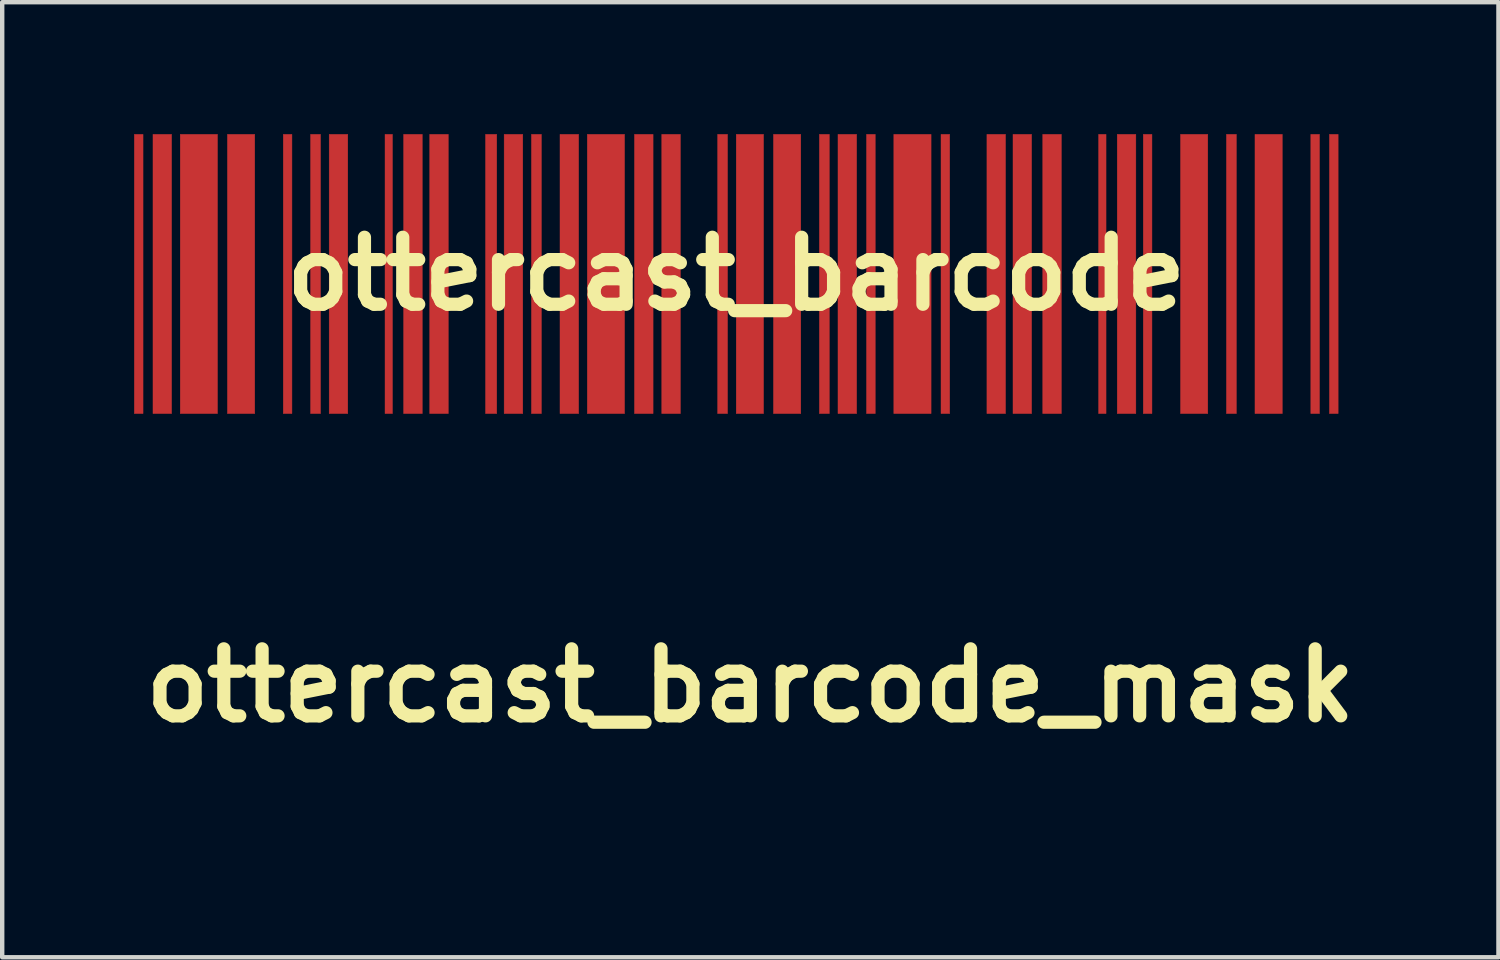
<source format=kicad_pcb>
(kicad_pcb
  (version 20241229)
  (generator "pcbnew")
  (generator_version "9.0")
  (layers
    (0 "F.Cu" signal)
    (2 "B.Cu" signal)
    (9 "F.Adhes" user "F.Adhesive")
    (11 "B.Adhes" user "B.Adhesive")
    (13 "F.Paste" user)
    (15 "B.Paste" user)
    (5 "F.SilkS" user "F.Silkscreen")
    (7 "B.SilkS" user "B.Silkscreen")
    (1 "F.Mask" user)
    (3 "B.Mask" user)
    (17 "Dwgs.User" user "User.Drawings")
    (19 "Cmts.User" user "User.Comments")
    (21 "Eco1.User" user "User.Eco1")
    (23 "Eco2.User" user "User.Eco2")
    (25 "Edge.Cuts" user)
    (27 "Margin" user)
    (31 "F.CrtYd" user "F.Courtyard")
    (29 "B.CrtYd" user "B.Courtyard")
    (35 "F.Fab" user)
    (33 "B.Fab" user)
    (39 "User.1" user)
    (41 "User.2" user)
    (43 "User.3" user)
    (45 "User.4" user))
  (footprint "ottercast_barcode_mask"
    (layer "F.Cu")
    (at 14.014 12.54)
    (property "Reference" "ottercast_barcode_mask" (at 0 0 0) (layer "F.SilkS") (effects (font (size 1.524 1.524) (thickness 0.3))))
    (attr through_hole)
    (fp_poly (pts (xy -13.49 3.175) (xy -13.688 3.175) (xy -13.688 -3.175) (xy -13.49 -3.175) (xy -13.49 3.175)) (stroke (width 0.01) (type solid)) (fill yes) (layer "F.Mask"))
    (fp_poly (pts (xy -12.841 3.175) (xy -13.264 3.175) (xy -13.264 -3.175) (xy -12.841 -3.175) (xy -12.841 3.175)) (stroke (width 0.01) (type solid)) (fill yes) (layer "F.Mask"))
    (fp_poly (pts (xy -11.797 3.175) (xy -12.644 3.175) (xy -12.644 -3.175) (xy -11.797 -3.175) (xy -11.797 3.175)) (stroke (width 0.01) (type solid)) (fill yes) (layer "F.Mask"))
    (fp_poly (pts (xy -10.95 3.175) (xy -11.571 3.175) (xy -11.571 -3.175) (xy -10.95 -3.175) (xy -10.95 3.175)) (stroke (width 0.01) (type solid)) (fill yes) (layer "F.Mask"))
    (fp_poly (pts (xy -10.104 3.175) (xy -10.301 3.175) (xy -10.301 -3.175) (xy -10.104 -3.175) (xy -10.104 3.175)) (stroke (width 0.01) (type solid)) (fill yes) (layer "F.Mask"))
    (fp_poly (pts (xy -9.454 3.175) (xy -9.68 3.175) (xy -9.68 -3.175) (xy -9.454 -3.175) (xy -9.454 3.175)) (stroke (width 0.01) (type solid)) (fill yes) (layer "F.Mask"))
    (fp_poly (pts (xy -8.834 3.175) (xy -9.257 3.175) (xy -9.257 -3.175) (xy -8.834 -3.175) (xy -8.834 3.175)) (stroke (width 0.01) (type solid)) (fill yes) (layer "F.Mask"))
    (fp_poly (pts (xy -7.818 3.175) (xy -7.987 3.175) (xy -7.987 -3.175) (xy -7.818 -3.175) (xy -7.818 3.175)) (stroke (width 0.01) (type solid)) (fill yes) (layer "F.Mask"))
    (fp_poly (pts (xy -7.14 3.175) (xy -7.564 3.175) (xy -7.564 -3.175) (xy -7.14 -3.175) (xy -7.14 3.175)) (stroke (width 0.01) (type solid)) (fill yes) (layer "F.Mask"))
    (fp_poly (pts (xy -6.548 3.175) (xy -6.971 3.175) (xy -6.971 -3.175) (xy -6.548 -3.175) (xy -6.548 3.175)) (stroke (width 0.01) (type solid)) (fill yes) (layer "F.Mask"))
    (fp_poly (pts (xy -5.447 3.175) (xy -5.701 3.175) (xy -5.701 -3.175) (xy -5.447 -3.175) (xy -5.447 3.175)) (stroke (width 0.01) (type solid)) (fill yes) (layer "F.Mask"))
    (fp_poly (pts (xy -4.854 3.175) (xy -5.278 3.175) (xy -5.278 -3.175) (xy -4.854 -3.175) (xy -4.854 3.175)) (stroke (width 0.01) (type solid)) (fill yes) (layer "F.Mask"))
    (fp_poly (pts (xy -4.431 3.175) (xy -4.657 3.175) (xy -4.657 -3.175) (xy -4.431 -3.175) (xy -4.431 3.175)) (stroke (width 0.01) (type solid)) (fill yes) (layer "F.Mask"))
    (fp_poly (pts (xy -3.584 3.175) (xy -4.008 3.175) (xy -4.008 -3.175) (xy -3.584 -3.175) (xy -3.584 3.175)) (stroke (width 0.01) (type solid)) (fill yes) (layer "F.Mask"))
    (fp_poly (pts (xy -2.54 3.175) (xy -3.387 3.175) (xy -3.387 -3.175) (xy -2.54 -3.175) (xy -2.54 3.175)) (stroke (width 0.01) (type solid)) (fill yes) (layer "F.Mask"))
    (fp_poly (pts (xy -1.891 3.175) (xy -2.314 3.175) (xy -2.314 -3.175) (xy -1.891 -3.175) (xy -1.891 3.175)) (stroke (width 0.01) (type solid)) (fill yes) (layer "F.Mask"))
    (fp_poly (pts (xy -1.27 3.175) (xy -1.693 3.175) (xy -1.693 -3.175) (xy -1.27 -3.175) (xy -1.27 3.175)) (stroke (width 0.01) (type solid)) (fill yes) (layer "F.Mask"))
    (fp_poly (pts (xy -0.198 3.175) (xy -0.423 3.175) (xy -0.423 -3.175) (xy -0.198 -3.175) (xy -0.198 3.175)) (stroke (width 0.01) (type solid)) (fill yes) (layer "F.Mask"))
    (fp_poly (pts (xy 0.621 3.175) (xy 0 3.175) (xy 0 -3.175) (xy 0.621 -3.175) (xy 0.621 3.175)) (stroke (width 0.01) (type solid)) (fill yes) (layer "F.Mask"))
    (fp_poly (pts (xy 1.468 3.175) (xy 0.847 3.175) (xy 0.847 -3.175) (xy 1.468 -3.175) (xy 1.468 3.175)) (stroke (width 0.01) (type solid)) (fill yes) (layer "F.Mask"))
    (fp_poly (pts (xy 2.117 3.175) (xy 1.891 3.175) (xy 1.891 -3.175) (xy 2.117 -3.175) (xy 2.117 3.175)) (stroke (width 0.01) (type solid)) (fill yes) (layer "F.Mask"))
    (fp_poly (pts (xy 2.738 3.175) (xy 2.314 3.175) (xy 2.314 -3.175) (xy 2.738 -3.175) (xy 2.738 3.175)) (stroke (width 0.01) (type solid)) (fill yes) (layer "F.Mask"))
    (fp_poly (pts (xy 3.161 3.175) (xy 2.963 3.175) (xy 2.963 -3.175) (xy 3.161 -3.175) (xy 3.161 3.175)) (stroke (width 0.01) (type solid)) (fill yes) (layer "F.Mask"))
    (fp_poly (pts (xy 4.431 3.175) (xy 3.584 3.175) (xy 3.584 -3.175) (xy 4.431 -3.175) (xy 4.431 3.175)) (stroke (width 0.01) (type solid)) (fill yes) (layer "F.Mask"))
    (fp_poly (pts (xy 4.854 3.175) (xy 4.657 3.175) (xy 4.657 -3.175) (xy 4.854 -3.175) (xy 4.854 3.175)) (stroke (width 0.01) (type solid)) (fill yes) (layer "F.Mask"))
    (fp_poly (pts (xy 6.124 3.175) (xy 5.701 3.175) (xy 5.701 -3.175) (xy 6.124 -3.175) (xy 6.124 3.175)) (stroke (width 0.01) (type solid)) (fill yes) (layer "F.Mask"))
    (fp_poly (pts (xy 6.717 3.175) (xy 6.294 3.175) (xy 6.294 -3.175) (xy 6.717 -3.175) (xy 6.717 3.175)) (stroke (width 0.01) (type solid)) (fill yes) (layer "F.Mask"))
    (fp_poly (pts (xy 7.394 3.175) (xy 6.971 3.175) (xy 6.971 -3.175) (xy 7.394 -3.175) (xy 7.394 3.175)) (stroke (width 0.01) (type solid)) (fill yes) (layer "F.Mask"))
    (fp_poly (pts (xy 8.41 3.175) (xy 8.241 3.175) (xy 8.241 -3.175) (xy 8.41 -3.175) (xy 8.41 3.175)) (stroke (width 0.01) (type solid)) (fill yes) (layer "F.Mask"))
    (fp_poly (pts (xy 9.088 3.175) (xy 8.664 3.175) (xy 8.664 -3.175) (xy 9.088 -3.175) (xy 9.088 3.175)) (stroke (width 0.01) (type solid)) (fill yes) (layer "F.Mask"))
    (fp_poly (pts (xy 9.454 3.175) (xy 9.257 3.175) (xy 9.257 -3.175) (xy 9.454 -3.175) (xy 9.454 3.175)) (stroke (width 0.01) (type solid)) (fill yes) (layer "F.Mask"))
    (fp_poly (pts (xy 10.724 3.175) (xy 10.104 3.175) (xy 10.104 -3.175) (xy 10.724 -3.175) (xy 10.724 3.175)) (stroke (width 0.01) (type solid)) (fill yes) (layer "F.Mask"))
    (fp_poly (pts (xy 11.374 3.175) (xy 11.148 3.175) (xy 11.148 -3.175) (xy 11.374 -3.175) (xy 11.374 3.175)) (stroke (width 0.01) (type solid)) (fill yes) (layer "F.Mask"))
    (fp_poly (pts (xy 12.418 3.175) (xy 11.797 3.175) (xy 11.797 -3.175) (xy 12.418 -3.175) (xy 12.418 3.175)) (stroke (width 0.01) (type solid)) (fill yes) (layer "F.Mask"))
    (fp_poly (pts (xy 13.264 3.175) (xy 13.067 3.175) (xy 13.067 -3.175) (xy 13.264 -3.175) (xy 13.264 3.175)) (stroke (width 0.01) (type solid)) (fill yes) (layer "F.Mask"))
    (fp_poly (pts (xy 13.688 3.175) (xy 13.49 3.175) (xy 13.49 -3.175) (xy 13.688 -3.175) (xy 13.688 3.175)) (stroke (width 0.01) (type solid)) (fill yes) (layer "F.Mask")))
  (footprint "ottercast_barcode"
    (layer "F.Cu")
    (at 13.693 3.18)
    (property "Reference" "ottercast_barcode" (at 0 0 0) (layer "F.SilkS") (effects (font (size 1.524 1.524) (thickness 0.3))))
    (attr through_hole)
    (fp_poly (pts (xy -13.49 3.175) (xy -13.688 3.175) (xy -13.688 -3.175) (xy -13.49 -3.175) (xy -13.49 3.175)) (stroke (width 0.01) (type solid)) (fill yes) (layer "F.Cu"))
    (fp_poly (pts (xy -12.841 3.175) (xy -13.264 3.175) (xy -13.264 -3.175) (xy -12.841 -3.175) (xy -12.841 3.175)) (stroke (width 0.01) (type solid)) (fill yes) (layer "F.Cu"))
    (fp_poly (pts (xy -11.797 3.175) (xy -12.644 3.175) (xy -12.644 -3.175) (xy -11.797 -3.175) (xy -11.797 3.175)) (stroke (width 0.01) (type solid)) (fill yes) (layer "F.Cu"))
    (fp_poly (pts (xy -10.95 3.175) (xy -11.571 3.175) (xy -11.571 -3.175) (xy -10.95 -3.175) (xy -10.95 3.175)) (stroke (width 0.01) (type solid)) (fill yes) (layer "F.Cu"))
    (fp_poly (pts (xy -10.104 3.175) (xy -10.301 3.175) (xy -10.301 -3.175) (xy -10.104 -3.175) (xy -10.104 3.175)) (stroke (width 0.01) (type solid)) (fill yes) (layer "F.Cu"))
    (fp_poly (pts (xy -9.454 3.175) (xy -9.68 3.175) (xy -9.68 -3.175) (xy -9.454 -3.175) (xy -9.454 3.175)) (stroke (width 0.01) (type solid)) (fill yes) (layer "F.Cu"))
    (fp_poly (pts (xy -8.834 3.175) (xy -9.257 3.175) (xy -9.257 -3.175) (xy -8.834 -3.175) (xy -8.834 3.175)) (stroke (width 0.01) (type solid)) (fill yes) (layer "F.Cu"))
    (fp_poly (pts (xy -7.818 3.175) (xy -7.987 3.175) (xy -7.987 -3.175) (xy -7.818 -3.175) (xy -7.818 3.175)) (stroke (width 0.01) (type solid)) (fill yes) (layer "F.Cu"))
    (fp_poly (pts (xy -7.14 3.175) (xy -7.564 3.175) (xy -7.564 -3.175) (xy -7.14 -3.175) (xy -7.14 3.175)) (stroke (width 0.01) (type solid)) (fill yes) (layer "F.Cu"))
    (fp_poly (pts (xy -6.548 3.175) (xy -6.971 3.175) (xy -6.971 -3.175) (xy -6.548 -3.175) (xy -6.548 3.175)) (stroke (width 0.01) (type solid)) (fill yes) (layer "F.Cu"))
    (fp_poly (pts (xy -5.447 3.175) (xy -5.701 3.175) (xy -5.701 -3.175) (xy -5.447 -3.175) (xy -5.447 3.175)) (stroke (width 0.01) (type solid)) (fill yes) (layer "F.Cu"))
    (fp_poly (pts (xy -4.854 3.175) (xy -5.278 3.175) (xy -5.278 -3.175) (xy -4.854 -3.175) (xy -4.854 3.175)) (stroke (width 0.01) (type solid)) (fill yes) (layer "F.Cu"))
    (fp_poly (pts (xy -4.431 3.175) (xy -4.657 3.175) (xy -4.657 -3.175) (xy -4.431 -3.175) (xy -4.431 3.175)) (stroke (width 0.01) (type solid)) (fill yes) (layer "F.Cu"))
    (fp_poly (pts (xy -3.584 3.175) (xy -4.008 3.175) (xy -4.008 -3.175) (xy -3.584 -3.175) (xy -3.584 3.175)) (stroke (width 0.01) (type solid)) (fill yes) (layer "F.Cu"))
    (fp_poly (pts (xy -2.54 3.175) (xy -3.387 3.175) (xy -3.387 -3.175) (xy -2.54 -3.175) (xy -2.54 3.175)) (stroke (width 0.01) (type solid)) (fill yes) (layer "F.Cu"))
    (fp_poly (pts (xy -1.891 3.175) (xy -2.314 3.175) (xy -2.314 -3.175) (xy -1.891 -3.175) (xy -1.891 3.175)) (stroke (width 0.01) (type solid)) (fill yes) (layer "F.Cu"))
    (fp_poly (pts (xy -1.27 3.175) (xy -1.693 3.175) (xy -1.693 -3.175) (xy -1.27 -3.175) (xy -1.27 3.175)) (stroke (width 0.01) (type solid)) (fill yes) (layer "F.Cu"))
    (fp_poly (pts (xy -0.198 3.175) (xy -0.423 3.175) (xy -0.423 -3.175) (xy -0.198 -3.175) (xy -0.198 3.175)) (stroke (width 0.01) (type solid)) (fill yes) (layer "F.Cu"))
    (fp_poly (pts (xy 0.621 3.175) (xy 0 3.175) (xy 0 -3.175) (xy 0.621 -3.175) (xy 0.621 3.175)) (stroke (width 0.01) (type solid)) (fill yes) (layer "F.Cu"))
    (fp_poly (pts (xy 1.468 3.175) (xy 0.847 3.175) (xy 0.847 -3.175) (xy 1.468 -3.175) (xy 1.468 3.175)) (stroke (width 0.01) (type solid)) (fill yes) (layer "F.Cu"))
    (fp_poly (pts (xy 2.117 3.175) (xy 1.891 3.175) (xy 1.891 -3.175) (xy 2.117 -3.175) (xy 2.117 3.175)) (stroke (width 0.01) (type solid)) (fill yes) (layer "F.Cu"))
    (fp_poly (pts (xy 2.738 3.175) (xy 2.314 3.175) (xy 2.314 -3.175) (xy 2.738 -3.175) (xy 2.738 3.175)) (stroke (width 0.01) (type solid)) (fill yes) (layer "F.Cu"))
    (fp_poly (pts (xy 3.161 3.175) (xy 2.963 3.175) (xy 2.963 -3.175) (xy 3.161 -3.175) (xy 3.161 3.175)) (stroke (width 0.01) (type solid)) (fill yes) (layer "F.Cu"))
    (fp_poly (pts (xy 4.431 3.175) (xy 3.584 3.175) (xy 3.584 -3.175) (xy 4.431 -3.175) (xy 4.431 3.175)) (stroke (width 0.01) (type solid)) (fill yes) (layer "F.Cu"))
    (fp_poly (pts (xy 4.854 3.175) (xy 4.657 3.175) (xy 4.657 -3.175) (xy 4.854 -3.175) (xy 4.854 3.175)) (stroke (width 0.01) (type solid)) (fill yes) (layer "F.Cu"))
    (fp_poly (pts (xy 6.124 3.175) (xy 5.701 3.175) (xy 5.701 -3.175) (xy 6.124 -3.175) (xy 6.124 3.175)) (stroke (width 0.01) (type solid)) (fill yes) (layer "F.Cu"))
    (fp_poly (pts (xy 6.717 3.175) (xy 6.294 3.175) (xy 6.294 -3.175) (xy 6.717 -3.175) (xy 6.717 3.175)) (stroke (width 0.01) (type solid)) (fill yes) (layer "F.Cu"))
    (fp_poly (pts (xy 7.394 3.175) (xy 6.971 3.175) (xy 6.971 -3.175) (xy 7.394 -3.175) (xy 7.394 3.175)) (stroke (width 0.01) (type solid)) (fill yes) (layer "F.Cu"))
    (fp_poly (pts (xy 8.41 3.175) (xy 8.241 3.175) (xy 8.241 -3.175) (xy 8.41 -3.175) (xy 8.41 3.175)) (stroke (width 0.01) (type solid)) (fill yes) (layer "F.Cu"))
    (fp_poly (pts (xy 9.088 3.175) (xy 8.664 3.175) (xy 8.664 -3.175) (xy 9.088 -3.175) (xy 9.088 3.175)) (stroke (width 0.01) (type solid)) (fill yes) (layer "F.Cu"))
    (fp_poly (pts (xy 9.454 3.175) (xy 9.257 3.175) (xy 9.257 -3.175) (xy 9.454 -3.175) (xy 9.454 3.175)) (stroke (width 0.01) (type solid)) (fill yes) (layer "F.Cu"))
    (fp_poly (pts (xy 10.724 3.175) (xy 10.104 3.175) (xy 10.104 -3.175) (xy 10.724 -3.175) (xy 10.724 3.175)) (stroke (width 0.01) (type solid)) (fill yes) (layer "F.Cu"))
    (fp_poly (pts (xy 11.374 3.175) (xy 11.148 3.175) (xy 11.148 -3.175) (xy 11.374 -3.175) (xy 11.374 3.175)) (stroke (width 0.01) (type solid)) (fill yes) (layer "F.Cu"))
    (fp_poly (pts (xy 12.418 3.175) (xy 11.797 3.175) (xy 11.797 -3.175) (xy 12.418 -3.175) (xy 12.418 3.175)) (stroke (width 0.01) (type solid)) (fill yes) (layer "F.Cu"))
    (fp_poly (pts (xy 13.264 3.175) (xy 13.067 3.175) (xy 13.067 -3.175) (xy 13.264 -3.175) (xy 13.264 3.175)) (stroke (width 0.01) (type solid)) (fill yes) (layer "F.Cu"))
    (fp_poly (pts (xy 13.688 3.175) (xy 13.49 3.175) (xy 13.49 -3.175) (xy 13.688 -3.175) (xy 13.688 3.175)) (stroke (width 0.01) (type solid)) (fill yes) (layer "F.Cu")))
  (gr_rect
    (start -3 -3)
    (end 31.027 18.72)
    (stroke (width 0.1) (type default))
    (fill no)
    (layer "Edge.Cuts")))
</source>
